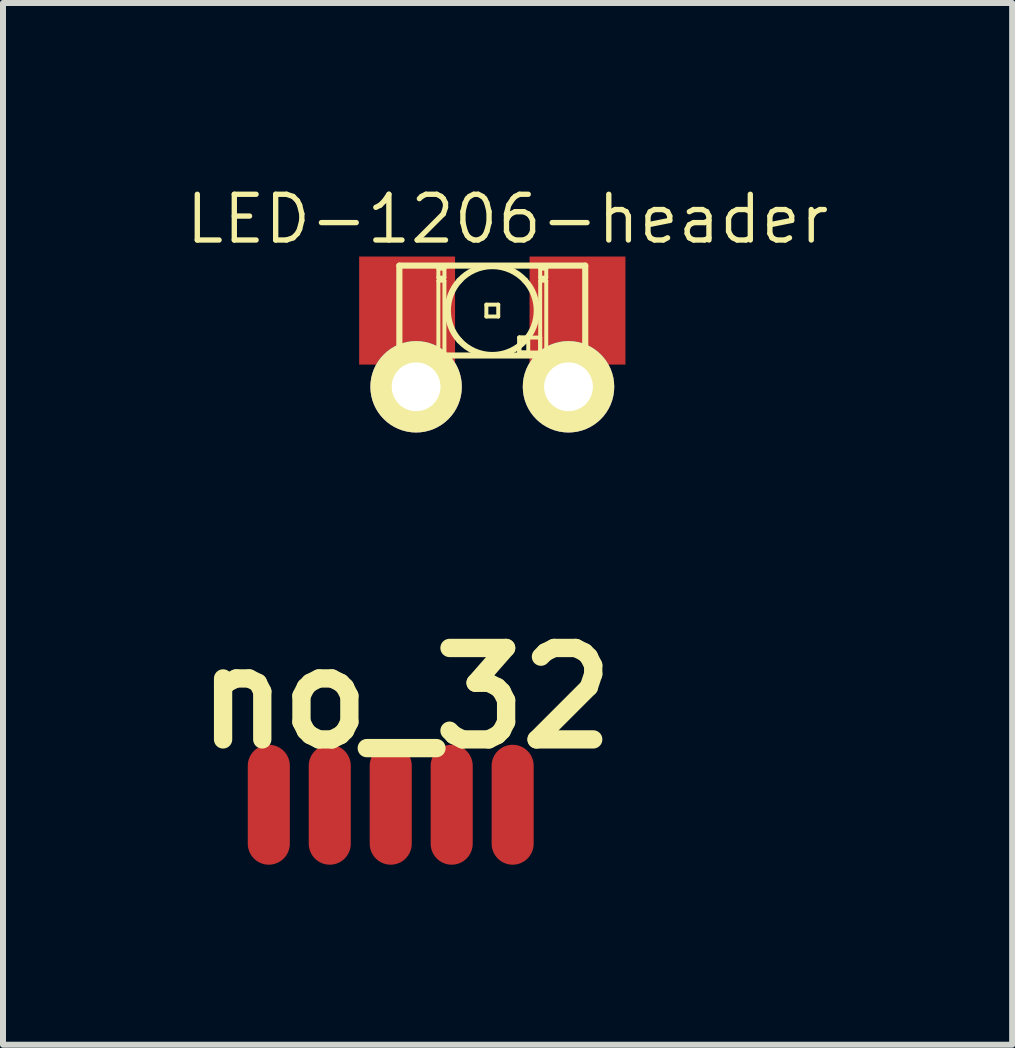
<source format=kicad_pcb>
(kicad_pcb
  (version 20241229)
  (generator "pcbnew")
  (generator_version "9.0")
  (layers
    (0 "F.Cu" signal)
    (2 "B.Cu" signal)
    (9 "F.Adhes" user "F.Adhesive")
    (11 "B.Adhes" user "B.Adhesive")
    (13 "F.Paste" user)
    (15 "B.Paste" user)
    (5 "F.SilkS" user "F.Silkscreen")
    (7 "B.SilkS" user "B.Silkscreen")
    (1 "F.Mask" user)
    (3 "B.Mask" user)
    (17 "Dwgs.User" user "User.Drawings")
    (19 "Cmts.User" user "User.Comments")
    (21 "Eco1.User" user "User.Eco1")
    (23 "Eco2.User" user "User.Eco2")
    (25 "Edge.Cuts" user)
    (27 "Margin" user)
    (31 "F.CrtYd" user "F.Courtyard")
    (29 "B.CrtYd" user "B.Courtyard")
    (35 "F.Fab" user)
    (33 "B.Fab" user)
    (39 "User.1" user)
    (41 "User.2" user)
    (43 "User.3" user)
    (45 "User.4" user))
  (footprint "no_32"
    (layer "F.Cu")
    (at 3.462 10.362)
    (property "Reference" "no_32" (at 0.254 -1.778 0) (layer "F.SilkS") (effects (font (size 1.524 1.524) (thickness 0.305))))
    (attr through_hole)
    (pad "1" smd oval (at -2.032 0) (size 0.701 1.999) (layers "F.Cu" "F.Mask" "F.Paste"))
    (pad "2" smd oval (at -1.016 0) (size 0.701 1.999) (layers "F.Cu" "F.Mask" "F.Paste"))
    (pad "3" smd oval (at 0 0) (size 0.701 1.999) (layers "F.Cu" "F.Mask" "F.Paste"))
    (pad "4" smd oval (at 1.016 0) (size 0.701 1.999) (layers "F.Cu" "F.Mask" "F.Paste"))
    (pad "5" smd oval (at 2.032 0) (size 0.701 1.999) (layers "F.Cu" "F.Mask" "F.Paste")))
  (footprint "LED-1206-header"
    (layer "F.Cu")
    (at 5.155 2.126)
    (property "Reference" "LED-1206-header" (at 0.254 -1.524 0) (layer "F.SilkS") (effects (font (size 0.762 0.762) (thickness 0.089))))
    (attr smd)
    (fp_line (start -1.549 -0.749) (end 1.549 -0.749) (stroke (width 0.102) (type solid)) (layer "F.SilkS"))
    (fp_line (start -1.549 0.749) (end -1.549 -0.749) (stroke (width 0.102) (type solid)) (layer "F.SilkS"))
    (fp_line (start -0.899 -0.699) (end -0.798 -0.699) (stroke (width 0.066) (type solid)) (layer "F.SilkS"))
    (fp_line (start -0.899 -0.549) (end -0.899 -0.699) (stroke (width 0.066) (type solid)) (layer "F.SilkS"))
    (fp_line (start -0.899 -0.549) (end -0.798 -0.549) (stroke (width 0.066) (type solid)) (layer "F.SilkS"))
    (fp_line (start -0.899 -0.498) (end -0.798 -0.498) (stroke (width 0.066) (type solid)) (layer "F.SilkS"))
    (fp_line (start -0.899 0.699) (end -0.899 -0.498) (stroke (width 0.066) (type solid)) (layer "F.SilkS"))
    (fp_line (start -0.899 0.699) (end -0.798 0.699) (stroke (width 0.066) (type solid)) (layer "F.SilkS"))
    (fp_line (start -0.798 -0.549) (end -0.798 -0.699) (stroke (width 0.066) (type solid)) (layer "F.SilkS"))
    (fp_line (start -0.798 0.699) (end -0.798 -0.498) (stroke (width 0.066) (type solid)) (layer "F.SilkS"))
    (fp_line (start -0.099 -0.099) (end 0.099 -0.099) (stroke (width 0.066) (type solid)) (layer "F.SilkS"))
    (fp_line (start -0.099 0.099) (end -0.099 -0.099) (stroke (width 0.066) (type solid)) (layer "F.SilkS"))
    (fp_line (start -0.099 0.099) (end 0.099 0.099) (stroke (width 0.066) (type solid)) (layer "F.SilkS"))
    (fp_line (start 0.099 0.099) (end 0.099 -0.099) (stroke (width 0.066) (type solid)) (layer "F.SilkS"))
    (fp_line (start 0.45 0.45) (end 0.599 0.45) (stroke (width 0.066) (type solid)) (layer "F.SilkS"))
    (fp_line (start 0.45 0.45) (end 0.798 0.45) (stroke (width 0.066) (type solid)) (layer "F.SilkS"))
    (fp_line (start 0.45 0.699) (end 0.45 0.45) (stroke (width 0.066) (type solid)) (layer "F.SilkS"))
    (fp_line (start 0.45 0.699) (end 0.45 0.45) (stroke (width 0.066) (type solid)) (layer "F.SilkS"))
    (fp_line (start 0.45 0.699) (end 0.599 0.699) (stroke (width 0.066) (type solid)) (layer "F.SilkS"))
    (fp_line (start 0.45 0.699) (end 0.798 0.699) (stroke (width 0.066) (type solid)) (layer "F.SilkS"))
    (fp_line (start 0.599 0.699) (end 0.599 0.45) (stroke (width 0.066) (type solid)) (layer "F.SilkS"))
    (fp_line (start 0.798 -0.699) (end 0.899 -0.699) (stroke (width 0.066) (type solid)) (layer "F.SilkS"))
    (fp_line (start 0.798 -0.549) (end 0.798 -0.699) (stroke (width 0.066) (type solid)) (layer "F.SilkS"))
    (fp_line (start 0.798 -0.549) (end 0.899 -0.549) (stroke (width 0.066) (type solid)) (layer "F.SilkS"))
    (fp_line (start 0.798 -0.498) (end 0.899 -0.498) (stroke (width 0.066) (type solid)) (layer "F.SilkS"))
    (fp_line (start 0.798 0.699) (end 0.798 -0.498) (stroke (width 0.066) (type solid)) (layer "F.SilkS"))
    (fp_line (start 0.798 0.699) (end 0.798 0.45) (stroke (width 0.066) (type solid)) (layer "F.SilkS"))
    (fp_line (start 0.798 0.699) (end 0.899 0.699) (stroke (width 0.066) (type solid)) (layer "F.SilkS"))
    (fp_line (start 0.899 -0.549) (end 0.899 -0.699) (stroke (width 0.066) (type solid)) (layer "F.SilkS"))
    (fp_line (start 0.899 0.699) (end 0.899 -0.498) (stroke (width 0.066) (type solid)) (layer "F.SilkS"))
    (fp_line (start 1.549 -0.749) (end 1.549 0.749) (stroke (width 0.102) (type solid)) (layer "F.SilkS"))
    (fp_line (start 1.549 0.749) (end -1.549 0.749) (stroke (width 0.102) (type solid)) (layer "F.SilkS"))
    (fp_arc (start -0.54864 -0.49784) (mid -0.001024 -0.740844) (end 0.547262 -0.499354) (stroke (width 0.1016) (type solid)) (layer "F.SilkS"))
    (fp_arc (start -0.54864 0.49784) (mid -0.740844 -0.000377) (end -0.548133 -0.498398) (stroke (width 0.1016) (type solid)) (layer "F.SilkS"))
    (fp_arc (start 0.54864 -0.49784) (mid 0.740844 0.000377) (end 0.548133 0.498398) (stroke (width 0.1016) (type solid)) (layer "F.SilkS"))
    (fp_arc (start 0.54864 0.49784) (mid 0.001024 0.740844) (end -0.547262 0.499354) (stroke (width 0.1016) (type solid)) (layer "F.SilkS"))
    (pad "1" smd rect (at -1.42 0) (size 1.598 1.801) (layers "F.Cu" "F.Mask" "F.Paste"))
    (pad "1" thru_hole circle (at -1.27 1.27) (size 1.524 1.524) (drill 0.813) (layers "*.Cu" "*.Mask" "F.SilkS"))
    (pad "2" thru_hole circle (at 1.27 1.27) (size 1.524 1.524) (drill 0.813) (layers "*.Cu" "*.Mask" "F.SilkS"))
    (pad "2" smd rect (at 1.42 0) (size 1.598 1.801) (layers "F.Cu" "F.Mask" "F.Paste")))
  (gr_rect
    (start -3 -3)
    (end 13.819 14.362)
    (stroke (width 0.1) (type default))
    (fill no)
    (layer "Edge.Cuts")))
</source>
